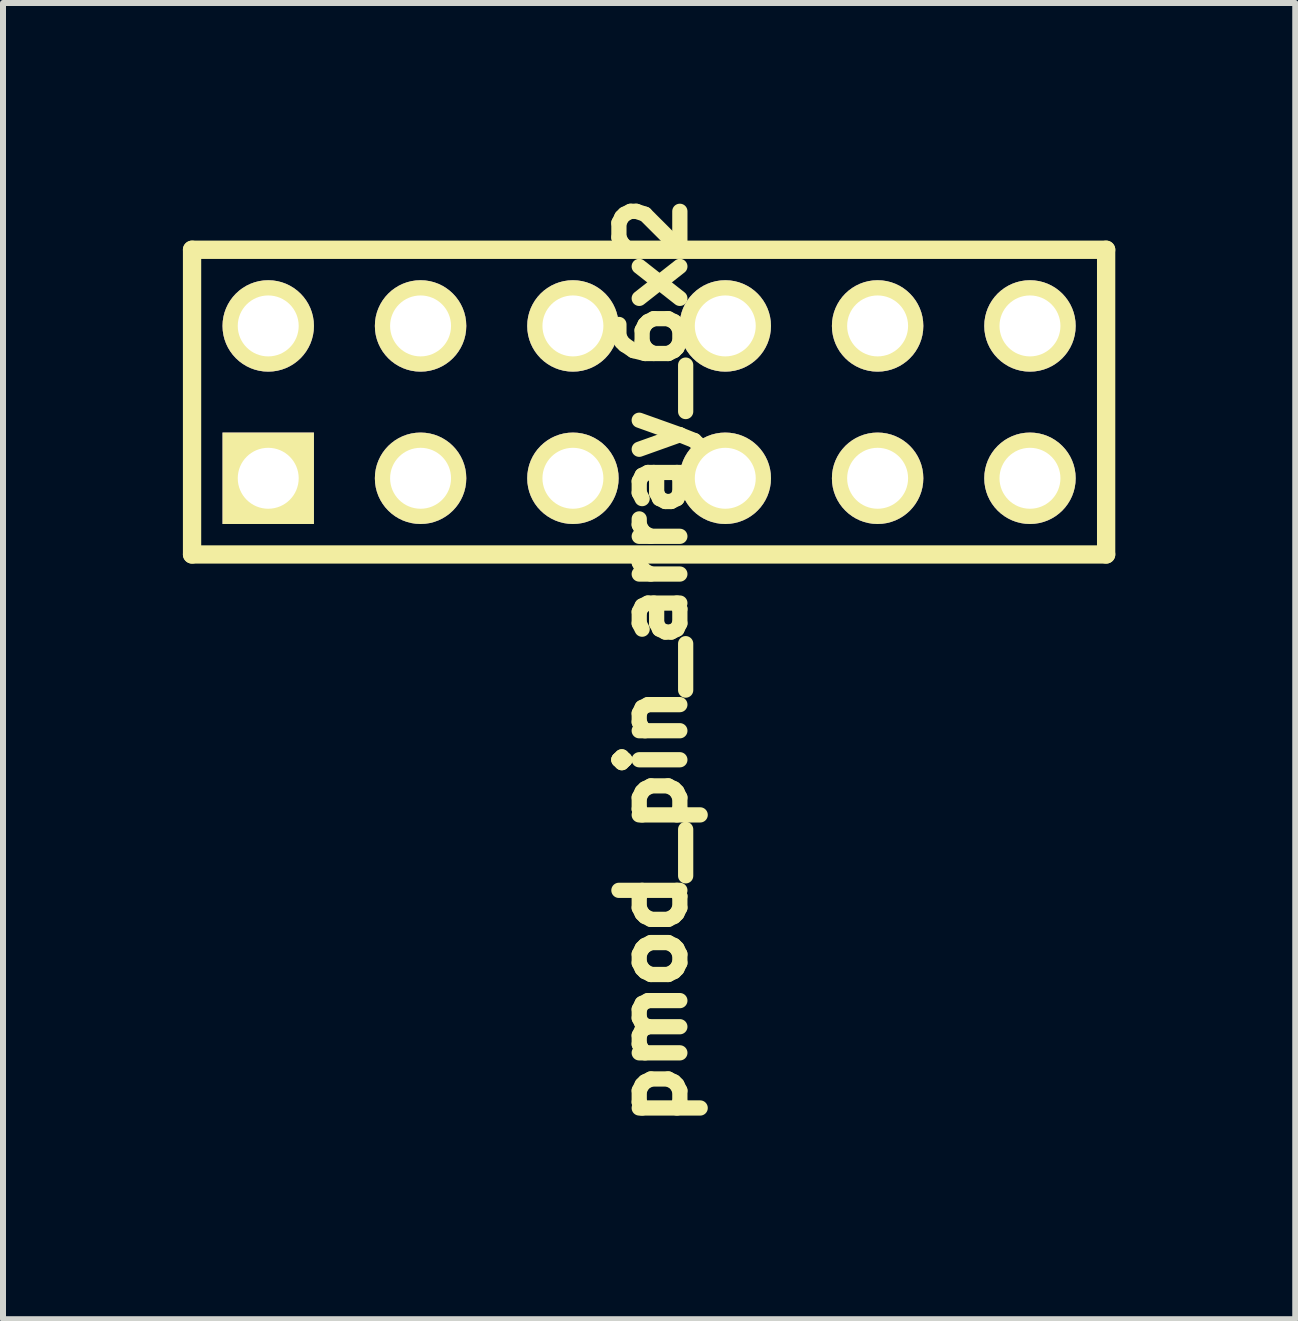
<source format=kicad_pcb>
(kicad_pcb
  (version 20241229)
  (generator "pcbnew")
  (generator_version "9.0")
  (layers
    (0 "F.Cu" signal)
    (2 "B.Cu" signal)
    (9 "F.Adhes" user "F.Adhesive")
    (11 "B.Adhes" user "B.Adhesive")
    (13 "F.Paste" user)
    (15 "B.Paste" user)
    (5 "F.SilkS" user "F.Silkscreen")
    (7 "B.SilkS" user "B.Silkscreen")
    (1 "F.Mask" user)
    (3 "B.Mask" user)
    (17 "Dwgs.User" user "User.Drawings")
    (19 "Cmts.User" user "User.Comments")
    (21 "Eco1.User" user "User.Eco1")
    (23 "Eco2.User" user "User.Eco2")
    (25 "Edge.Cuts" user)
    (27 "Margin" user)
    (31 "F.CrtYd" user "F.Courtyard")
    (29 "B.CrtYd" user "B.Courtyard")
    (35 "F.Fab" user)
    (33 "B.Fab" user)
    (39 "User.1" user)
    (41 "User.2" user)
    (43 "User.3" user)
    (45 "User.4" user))
  (footprint "pmod_pin_array_6x2"
    (layer "F.Cu")
    (at 7.772 3.654)
    (property "Reference" "pmod_pin_array_6x2" (at 0.056 4.318 90) (layer "F.SilkS") (effects (font (size 1.016 1.016) (thickness 0.274))))
    (attr through_hole)
    (fp_line (start -7.62 -2.54) (end 7.62 -2.54) (stroke (width 0.305) (type solid)) (layer "F.SilkS"))
    (fp_line (start -7.62 2.54) (end -7.62 -2.54) (stroke (width 0.305) (type solid)) (layer "F.SilkS"))
    (fp_line (start 7.62 -2.54) (end 7.62 2.54) (stroke (width 0.305) (type solid)) (layer "F.SilkS"))
    (fp_line (start 7.62 2.54) (end -7.62 2.54) (stroke (width 0.305) (type solid)) (layer "F.SilkS"))
    (pad "1" thru_hole rect (at -6.35 1.27) (size 1.524 1.524) (drill 1.016) (layers "*.Cu" "*.Mask" "F.SilkS"))
    (pad "2" thru_hole circle (at -3.81 1.27) (size 1.524 1.524) (drill 1.016) (layers "*.Cu" "*.Mask" "F.SilkS"))
    (pad "3" thru_hole circle (at -1.27 1.27) (size 1.524 1.524) (drill 1.016) (layers "*.Cu" "*.Mask" "F.SilkS"))
    (pad "4" thru_hole circle (at 1.27 1.27) (size 1.524 1.524) (drill 1.016) (layers "*.Cu" "*.Mask" "F.SilkS"))
    (pad "5" thru_hole circle (at 3.81 1.27) (size 1.524 1.524) (drill 1.016) (layers "*.Cu" "*.Mask" "F.SilkS"))
    (pad "6" thru_hole circle (at 6.35 1.27) (size 1.524 1.524) (drill 1.016) (layers "*.Cu" "*.Mask" "F.SilkS"))
    (pad "7" thru_hole circle (at -6.35 -1.27) (size 1.524 1.524) (drill 1.016) (layers "*.Cu" "*.Mask" "F.SilkS"))
    (pad "8" thru_hole circle (at -3.81 -1.27) (size 1.524 1.524) (drill 1.016) (layers "*.Cu" "*.Mask" "F.SilkS"))
    (pad "9" thru_hole circle (at -1.27 -1.27) (size 1.524 1.524) (drill 1.016) (layers "*.Cu" "*.Mask" "F.SilkS"))
    (pad "10" thru_hole circle (at 1.27 -1.27) (size 1.524 1.524) (drill 1.016) (layers "*.Cu" "*.Mask" "F.SilkS"))
    (pad "11" thru_hole circle (at 3.81 -1.27) (size 1.524 1.524) (drill 1.016) (layers "*.Cu" "*.Mask" "F.SilkS"))
    (pad "12" thru_hole circle (at 6.35 -1.27) (size 1.524 1.524) (drill 1.016) (layers "*.Cu" "*.Mask" "F.SilkS")))
  (gr_rect
    (start -3 -3)
    (end 18.545 18.944)
    (stroke (width 0.1) (type default))
    (fill no)
    (layer "Edge.Cuts")))
</source>
